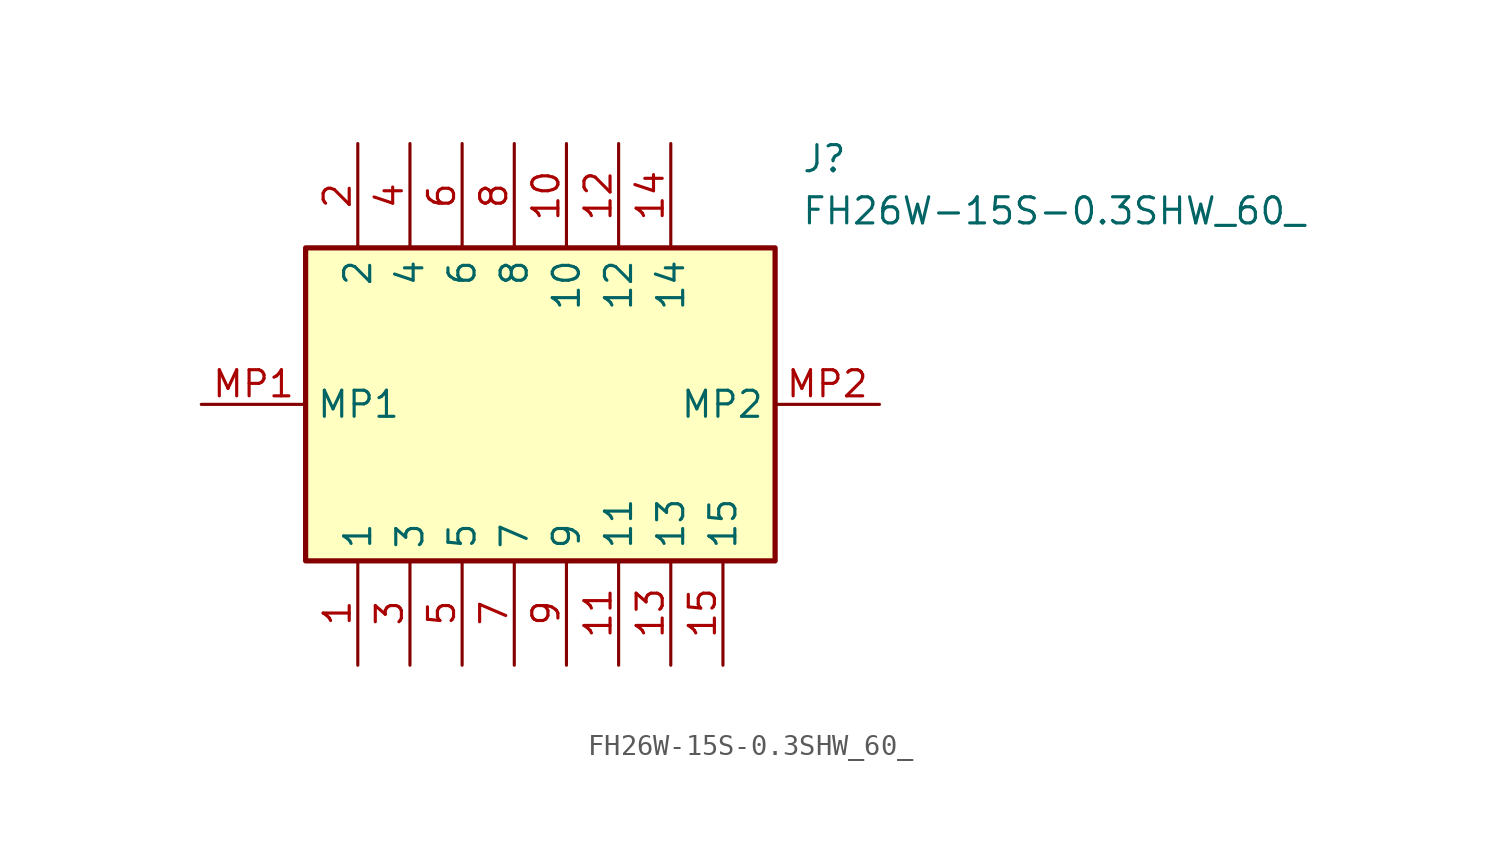
<source format=kicad_sym>
(kicad_symbol_lib
  (version 20211014)
  (generator SamacSys_ECAD_Model)
  (symbol "FH26W-15S-0.3SHW_60_"
    (property "Reference" "J"
      (at 29.21 12.7 0)
      (effects (font (size 1.27 1.27)) (justify left top)))
    (property "Value" "FH26W-15S-0.3SHW_60_"
      (at 29.21 10.16 0)
      (effects (font (size 1.27 1.27)) (justify left top)))
    (rectangle
      (start 5.08 7.62)
      (end 27.94 -7.62)
      (stroke (width 0.254) (type default))
      (fill (type background)))
    (pin passive line
      (at 7.62 -12.7 90)
      (length 5.08)
      (name "1" (effects (font (size 1.27 1.27))))
      (number "1" (effects (font (size 1.27 1.27)))))
    (pin passive line
      (at 7.62 12.7 270)
      (length 5.08)
      (name "2" (effects (font (size 1.27 1.27))))
      (number "2" (effects (font (size 1.27 1.27)))))
    (pin passive line
      (at 10.16 -12.7 90)
      (length 5.08)
      (name "3" (effects (font (size 1.27 1.27))))
      (number "3" (effects (font (size 1.27 1.27)))))
    (pin passive line
      (at 10.16 12.7 270)
      (length 5.08)
      (name "4" (effects (font (size 1.27 1.27))))
      (number "4" (effects (font (size 1.27 1.27)))))
    (pin passive line
      (at 12.7 -12.7 90)
      (length 5.08)
      (name "5" (effects (font (size 1.27 1.27))))
      (number "5" (effects (font (size 1.27 1.27)))))
    (pin passive line
      (at 12.7 12.7 270)
      (length 5.08)
      (name "6" (effects (font (size 1.27 1.27))))
      (number "6" (effects (font (size 1.27 1.27)))))
    (pin passive line
      (at 15.24 -12.7 90)
      (length 5.08)
      (name "7" (effects (font (size 1.27 1.27))))
      (number "7" (effects (font (size 1.27 1.27)))))
    (pin passive line
      (at 15.24 12.7 270)
      (length 5.08)
      (name "8" (effects (font (size 1.27 1.27))))
      (number "8" (effects (font (size 1.27 1.27)))))
    (pin passive line
      (at 17.78 -12.7 90)
      (length 5.08)
      (name "9" (effects (font (size 1.27 1.27))))
      (number "9" (effects (font (size 1.27 1.27)))))
    (pin passive line
      (at 17.78 12.7 270)
      (length 5.08)
      (name "10" (effects (font (size 1.27 1.27))))
      (number "10" (effects (font (size 1.27 1.27)))))
    (pin passive line
      (at 20.32 -12.7 90)
      (length 5.08)
      (name "11" (effects (font (size 1.27 1.27))))
      (number "11" (effects (font (size 1.27 1.27)))))
    (pin passive line
      (at 20.32 12.7 270)
      (length 5.08)
      (name "12" (effects (font (size 1.27 1.27))))
      (number "12" (effects (font (size 1.27 1.27)))))
    (pin passive line
      (at 22.86 -12.7 90)
      (length 5.08)
      (name "13" (effects (font (size 1.27 1.27))))
      (number "13" (effects (font (size 1.27 1.27)))))
    (pin passive line
      (at 22.86 12.7 270)
      (length 5.08)
      (name "14" (effects (font (size 1.27 1.27))))
      (number "14" (effects (font (size 1.27 1.27)))))
    (pin passive line
      (at 25.4 -12.7 90)
      (length 5.08)
      (name "15" (effects (font (size 1.27 1.27))))
      (number "15" (effects (font (size 1.27 1.27)))))
    (pin passive line
      (at 0 0 0)
      (length 5.08)
      (name "MP1" (effects (font (size 1.27 1.27))))
      (number "MP1" (effects (font (size 1.27 1.27)))))
    (pin passive line
      (at 33.02 0 180)
      (length 5.08)
      (name "MP2" (effects (font (size 1.27 1.27))))
      (number "MP2" (effects (font (size 1.27 1.27)))))))
</source>
